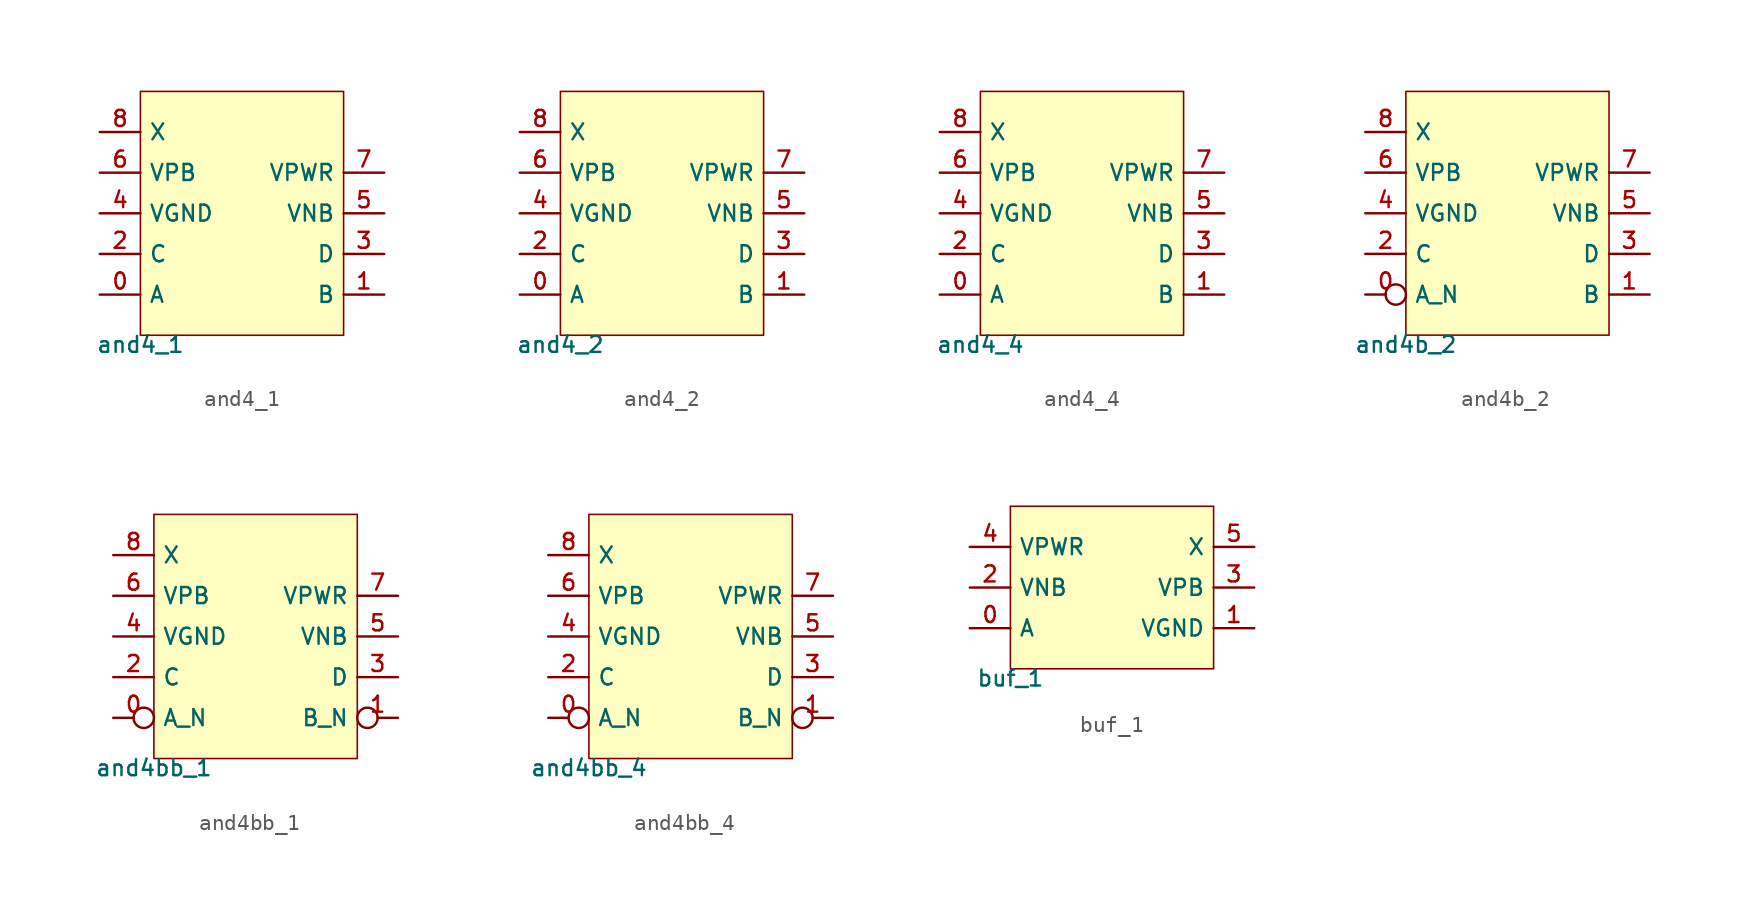
<source format=kicad_sym>
(kicad_symbol_lib
  (version 20211014)
  (generator pdk2kicad)
  (symbol "and4_1"
    (property "Reference" "X"
      (at 0 0 0)
      (effects (font (size 1 1)) hide))
    (property "Value" "and4_1"
      (at -6.35 -7.62 0)
      (effects (font (size 1 1)) (justify top)))
    (rectangle
      (start -6.35 -7.62)
      (end 6.35 7.62)
      (stroke (width 0.1) (type solid) (color 0 0 0 0))
      (fill (type background)))
    (pin bidirectional line
      (at -8.89 -5.08 0)
      (length 2.54)
      (name "A" (effects (font (size 1 1)) hide))
      (number "0" (effects (font (size 1 1)) hide)))
    (pin bidirectional line
      (at 8.89 -5.08 180)
      (length 2.54)
      (name "B" (effects (font (size 1 1)) hide))
      (number "1" (effects (font (size 1 1)) hide)))
    (pin bidirectional line
      (at -8.89 -2.54 0)
      (length 2.54)
      (name "C" (effects (font (size 1 1)) hide))
      (number "2" (effects (font (size 1 1)) hide)))
    (pin bidirectional line
      (at 8.89 -2.54 180)
      (length 2.54)
      (name "D" (effects (font (size 1 1)) hide))
      (number "3" (effects (font (size 1 1)) hide)))
    (pin bidirectional line
      (at -8.89 8.881784197001252e-16 0)
      (length 2.54)
      (name "VGND" (effects (font (size 1 1)) hide))
      (number "4" (effects (font (size 1 1)) hide)))
    (pin bidirectional line
      (at 8.89 8.881784197001252e-16 180)
      (length 2.54)
      (name "VNB" (effects (font (size 1 1)) hide))
      (number "5" (effects (font (size 1 1)) hide)))
    (pin bidirectional line
      (at -8.89 2.54 0)
      (length 2.54)
      (name "VPB" (effects (font (size 1 1)) hide))
      (number "6" (effects (font (size 1 1)) hide)))
    (pin bidirectional line
      (at 8.89 2.54 180)
      (length 2.54)
      (name "VPWR" (effects (font (size 1 1)) hide))
      (number "7" (effects (font (size 1 1)) hide)))
    (pin bidirectional line
      (at -8.89 5.08 0)
      (length 2.54)
      (name "X" (effects (font (size 1 1)) hide))
      (number "8" (effects (font (size 1 1)) hide))))
  (symbol "and4_2"
    (property "Reference" "X"
      (at 0 0 0)
      (effects (font (size 1 1)) hide))
    (property "Value" "and4_2"
      (at -6.35 -7.62 0)
      (effects (font (size 1 1)) (justify top)))
    (rectangle
      (start -6.35 -7.62)
      (end 6.35 7.62)
      (stroke (width 0.1) (type solid) (color 0 0 0 0))
      (fill (type background)))
    (pin bidirectional line
      (at -8.89 -5.08 0)
      (length 2.54)
      (name "A" (effects (font (size 1 1)) hide))
      (number "0" (effects (font (size 1 1)) hide)))
    (pin bidirectional line
      (at 8.89 -5.08 180)
      (length 2.54)
      (name "B" (effects (font (size 1 1)) hide))
      (number "1" (effects (font (size 1 1)) hide)))
    (pin bidirectional line
      (at -8.89 -2.54 0)
      (length 2.54)
      (name "C" (effects (font (size 1 1)) hide))
      (number "2" (effects (font (size 1 1)) hide)))
    (pin bidirectional line
      (at 8.89 -2.54 180)
      (length 2.54)
      (name "D" (effects (font (size 1 1)) hide))
      (number "3" (effects (font (size 1 1)) hide)))
    (pin bidirectional line
      (at -8.89 8.881784197001252e-16 0)
      (length 2.54)
      (name "VGND" (effects (font (size 1 1)) hide))
      (number "4" (effects (font (size 1 1)) hide)))
    (pin bidirectional line
      (at 8.89 8.881784197001252e-16 180)
      (length 2.54)
      (name "VNB" (effects (font (size 1 1)) hide))
      (number "5" (effects (font (size 1 1)) hide)))
    (pin bidirectional line
      (at -8.89 2.54 0)
      (length 2.54)
      (name "VPB" (effects (font (size 1 1)) hide))
      (number "6" (effects (font (size 1 1)) hide)))
    (pin bidirectional line
      (at 8.89 2.54 180)
      (length 2.54)
      (name "VPWR" (effects (font (size 1 1)) hide))
      (number "7" (effects (font (size 1 1)) hide)))
    (pin bidirectional line
      (at -8.89 5.08 0)
      (length 2.54)
      (name "X" (effects (font (size 1 1)) hide))
      (number "8" (effects (font (size 1 1)) hide))))
  (symbol "and4_4"
    (property "Reference" "X"
      (at 0 0 0)
      (effects (font (size 1 1)) hide))
    (property "Value" "and4_4"
      (at -6.35 -7.62 0)
      (effects (font (size 1 1)) (justify top)))
    (rectangle
      (start -6.35 -7.62)
      (end 6.35 7.62)
      (stroke (width 0.1) (type solid) (color 0 0 0 0))
      (fill (type background)))
    (pin bidirectional line
      (at -8.89 -5.08 0)
      (length 2.54)
      (name "A" (effects (font (size 1 1)) hide))
      (number "0" (effects (font (size 1 1)) hide)))
    (pin bidirectional line
      (at 8.89 -5.08 180)
      (length 2.54)
      (name "B" (effects (font (size 1 1)) hide))
      (number "1" (effects (font (size 1 1)) hide)))
    (pin bidirectional line
      (at -8.89 -2.54 0)
      (length 2.54)
      (name "C" (effects (font (size 1 1)) hide))
      (number "2" (effects (font (size 1 1)) hide)))
    (pin bidirectional line
      (at 8.89 -2.54 180)
      (length 2.54)
      (name "D" (effects (font (size 1 1)) hide))
      (number "3" (effects (font (size 1 1)) hide)))
    (pin bidirectional line
      (at -8.89 8.881784197001252e-16 0)
      (length 2.54)
      (name "VGND" (effects (font (size 1 1)) hide))
      (number "4" (effects (font (size 1 1)) hide)))
    (pin bidirectional line
      (at 8.89 8.881784197001252e-16 180)
      (length 2.54)
      (name "VNB" (effects (font (size 1 1)) hide))
      (number "5" (effects (font (size 1 1)) hide)))
    (pin bidirectional line
      (at -8.89 2.54 0)
      (length 2.54)
      (name "VPB" (effects (font (size 1 1)) hide))
      (number "6" (effects (font (size 1 1)) hide)))
    (pin bidirectional line
      (at 8.89 2.54 180)
      (length 2.54)
      (name "VPWR" (effects (font (size 1 1)) hide))
      (number "7" (effects (font (size 1 1)) hide)))
    (pin bidirectional line
      (at -8.89 5.08 0)
      (length 2.54)
      (name "X" (effects (font (size 1 1)) hide))
      (number "8" (effects (font (size 1 1)) hide))))
  (symbol "and4b_2"
    (property "Reference" "X"
      (at 0 0 0)
      (effects (font (size 1 1)) hide))
    (property "Value" "and4b_2"
      (at -6.35 -7.62 0)
      (effects (font (size 1 1)) (justify top)))
    (rectangle
      (start -6.35 -7.62)
      (end 6.35 7.62)
      (stroke (width 0.1) (type solid) (color 0 0 0 0))
      (fill (type background)))
    (pin bidirectional inverted
      (at -8.89 -5.08 0)
      (length 2.54)
      (name "A_N" (effects (font (size 1 1)) hide))
      (number "0" (effects (font (size 1 1)) hide)))
    (pin bidirectional line
      (at 8.89 -5.08 180)
      (length 2.54)
      (name "B" (effects (font (size 1 1)) hide))
      (number "1" (effects (font (size 1 1)) hide)))
    (pin bidirectional line
      (at -8.89 -2.54 0)
      (length 2.54)
      (name "C" (effects (font (size 1 1)) hide))
      (number "2" (effects (font (size 1 1)) hide)))
    (pin bidirectional line
      (at 8.89 -2.54 180)
      (length 2.54)
      (name "D" (effects (font (size 1 1)) hide))
      (number "3" (effects (font (size 1 1)) hide)))
    (pin bidirectional line
      (at -8.89 8.881784197001252e-16 0)
      (length 2.54)
      (name "VGND" (effects (font (size 1 1)) hide))
      (number "4" (effects (font (size 1 1)) hide)))
    (pin bidirectional line
      (at 8.89 8.881784197001252e-16 180)
      (length 2.54)
      (name "VNB" (effects (font (size 1 1)) hide))
      (number "5" (effects (font (size 1 1)) hide)))
    (pin bidirectional line
      (at -8.89 2.54 0)
      (length 2.54)
      (name "VPB" (effects (font (size 1 1)) hide))
      (number "6" (effects (font (size 1 1)) hide)))
    (pin bidirectional line
      (at 8.89 2.54 180)
      (length 2.54)
      (name "VPWR" (effects (font (size 1 1)) hide))
      (number "7" (effects (font (size 1 1)) hide)))
    (pin bidirectional line
      (at -8.89 5.08 0)
      (length 2.54)
      (name "X" (effects (font (size 1 1)) hide))
      (number "8" (effects (font (size 1 1)) hide))))
  (symbol "and4bb_1"
    (property "Reference" "X"
      (at 0 0 0)
      (effects (font (size 1 1)) hide))
    (property "Value" "and4bb_1"
      (at -6.35 -7.62 0)
      (effects (font (size 1 1)) (justify top)))
    (rectangle
      (start -6.35 -7.62)
      (end 6.35 7.62)
      (stroke (width 0.1) (type solid) (color 0 0 0 0))
      (fill (type background)))
    (pin bidirectional inverted
      (at -8.89 -5.08 0)
      (length 2.54)
      (name "A_N" (effects (font (size 1 1)) hide))
      (number "0" (effects (font (size 1 1)) hide)))
    (pin bidirectional inverted
      (at 8.89 -5.08 180)
      (length 2.54)
      (name "B_N" (effects (font (size 1 1)) hide))
      (number "1" (effects (font (size 1 1)) hide)))
    (pin bidirectional line
      (at -8.89 -2.54 0)
      (length 2.54)
      (name "C" (effects (font (size 1 1)) hide))
      (number "2" (effects (font (size 1 1)) hide)))
    (pin bidirectional line
      (at 8.89 -2.54 180)
      (length 2.54)
      (name "D" (effects (font (size 1 1)) hide))
      (number "3" (effects (font (size 1 1)) hide)))
    (pin bidirectional line
      (at -8.89 8.881784197001252e-16 0)
      (length 2.54)
      (name "VGND" (effects (font (size 1 1)) hide))
      (number "4" (effects (font (size 1 1)) hide)))
    (pin bidirectional line
      (at 8.89 8.881784197001252e-16 180)
      (length 2.54)
      (name "VNB" (effects (font (size 1 1)) hide))
      (number "5" (effects (font (size 1 1)) hide)))
    (pin bidirectional line
      (at -8.89 2.54 0)
      (length 2.54)
      (name "VPB" (effects (font (size 1 1)) hide))
      (number "6" (effects (font (size 1 1)) hide)))
    (pin bidirectional line
      (at 8.89 2.54 180)
      (length 2.54)
      (name "VPWR" (effects (font (size 1 1)) hide))
      (number "7" (effects (font (size 1 1)) hide)))
    (pin bidirectional line
      (at -8.89 5.08 0)
      (length 2.54)
      (name "X" (effects (font (size 1 1)) hide))
      (number "8" (effects (font (size 1 1)) hide))))
  (symbol "and4bb_4"
    (property "Reference" "X"
      (at 0 0 0)
      (effects (font (size 1 1)) hide))
    (property "Value" "and4bb_4"
      (at -6.35 -7.62 0)
      (effects (font (size 1 1)) (justify top)))
    (rectangle
      (start -6.35 -7.62)
      (end 6.35 7.62)
      (stroke (width 0.1) (type solid) (color 0 0 0 0))
      (fill (type background)))
    (pin bidirectional inverted
      (at -8.89 -5.08 0)
      (length 2.54)
      (name "A_N" (effects (font (size 1 1)) hide))
      (number "0" (effects (font (size 1 1)) hide)))
    (pin bidirectional inverted
      (at 8.89 -5.08 180)
      (length 2.54)
      (name "B_N" (effects (font (size 1 1)) hide))
      (number "1" (effects (font (size 1 1)) hide)))
    (pin bidirectional line
      (at -8.89 -2.54 0)
      (length 2.54)
      (name "C" (effects (font (size 1 1)) hide))
      (number "2" (effects (font (size 1 1)) hide)))
    (pin bidirectional line
      (at 8.89 -2.54 180)
      (length 2.54)
      (name "D" (effects (font (size 1 1)) hide))
      (number "3" (effects (font (size 1 1)) hide)))
    (pin bidirectional line
      (at -8.89 8.881784197001252e-16 0)
      (length 2.54)
      (name "VGND" (effects (font (size 1 1)) hide))
      (number "4" (effects (font (size 1 1)) hide)))
    (pin bidirectional line
      (at 8.89 8.881784197001252e-16 180)
      (length 2.54)
      (name "VNB" (effects (font (size 1 1)) hide))
      (number "5" (effects (font (size 1 1)) hide)))
    (pin bidirectional line
      (at -8.89 2.54 0)
      (length 2.54)
      (name "VPB" (effects (font (size 1 1)) hide))
      (number "6" (effects (font (size 1 1)) hide)))
    (pin bidirectional line
      (at 8.89 2.54 180)
      (length 2.54)
      (name "VPWR" (effects (font (size 1 1)) hide))
      (number "7" (effects (font (size 1 1)) hide)))
    (pin bidirectional line
      (at -8.89 5.08 0)
      (length 2.54)
      (name "X" (effects (font (size 1 1)) hide))
      (number "8" (effects (font (size 1 1)) hide))))
  (symbol "buf_1"
    (property "Reference" "X"
      (at 0 0 0)
      (effects (font (size 1 1)) hide))
    (property "Value" "buf_1"
      (at -6.35 -5.08 0)
      (effects (font (size 1 1)) (justify top)))
    (rectangle
      (start -6.35 -5.08)
      (end 6.35 5.08)
      (stroke (width 0.1) (type solid) (color 0 0 0 0))
      (fill (type background)))
    (pin bidirectional line
      (at -8.89 -2.54 0)
      (length 2.54)
      (name "A" (effects (font (size 1 1)) hide))
      (number "0" (effects (font (size 1 1)) hide)))
    (pin bidirectional line
      (at 8.89 -2.54 180)
      (length 2.54)
      (name "VGND" (effects (font (size 1 1)) hide))
      (number "1" (effects (font (size 1 1)) hide)))
    (pin bidirectional line
      (at -8.89 0.0 0)
      (length 2.54)
      (name "VNB" (effects (font (size 1 1)) hide))
      (number "2" (effects (font (size 1 1)) hide)))
    (pin bidirectional line
      (at 8.89 0.0 180)
      (length 2.54)
      (name "VPB" (effects (font (size 1 1)) hide))
      (number "3" (effects (font (size 1 1)) hide)))
    (pin bidirectional line
      (at -8.89 2.54 0)
      (length 2.54)
      (name "VPWR" (effects (font (size 1 1)) hide))
      (number "4" (effects (font (size 1 1)) hide)))
    (pin bidirectional line
      (at 8.89 2.54 180)
      (length 2.54)
      (name "X" (effects (font (size 1 1)) hide))
      (number "5" (effects (font (size 1 1)) hide)))))
</source>
